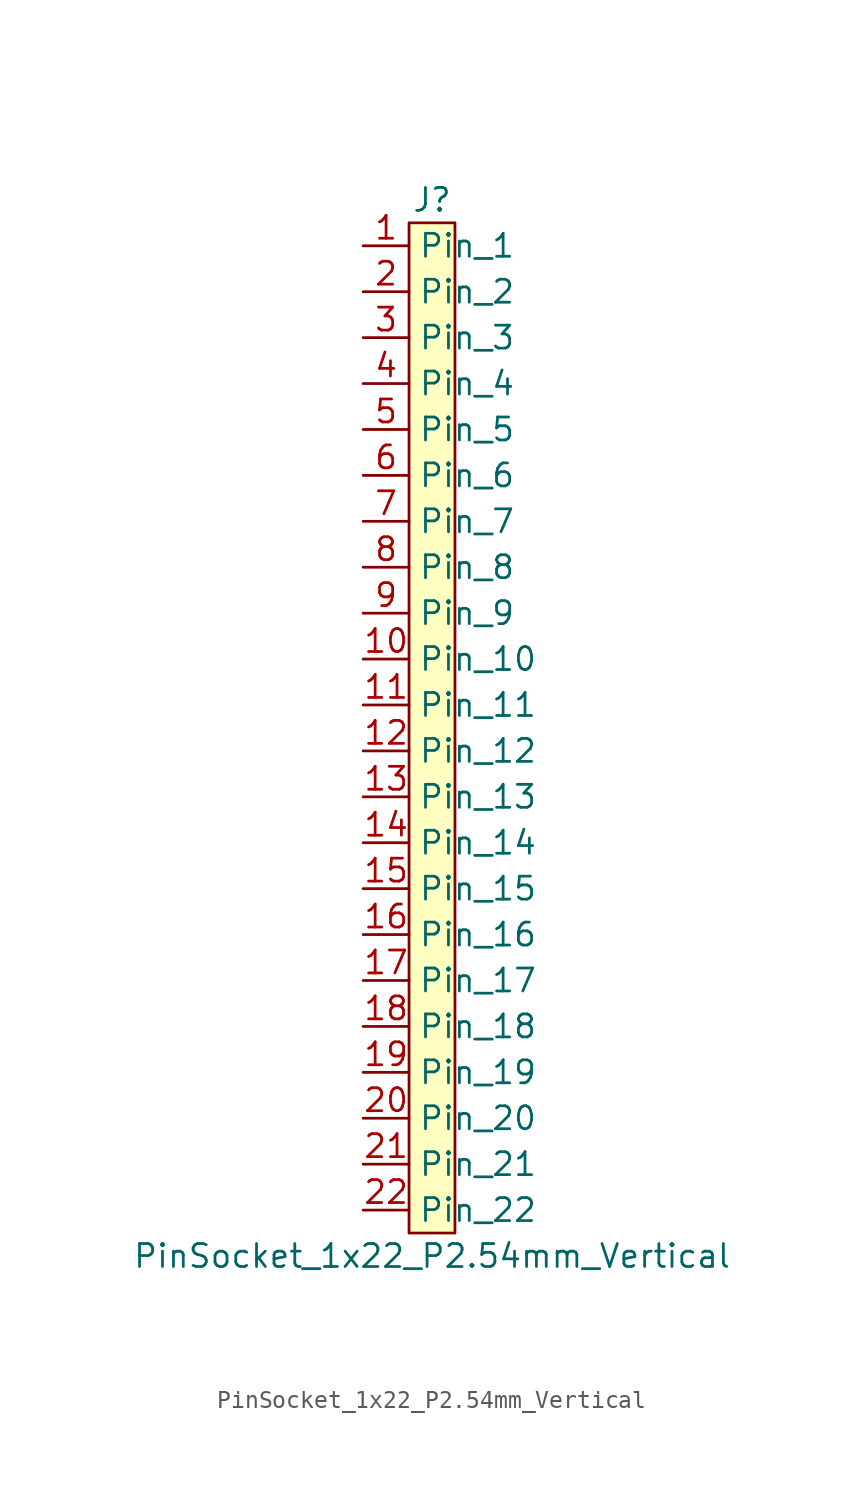
<source format=kicad_sym>
(kicad_symbol_lib
  (version 1)
  (generator "atopile-custom")
  (symbol "PinSocket_1x22_P2.54mm_Vertical"
    (property "Reference" "J"
      (at 1.27 2.54 0)
      (effects (font (size 1.27 1.27)) (hide no)))
    (property "Value" "PinSocket_1x22_P2.54mm_Vertical"
      (at 1.27 -55.88 0)
      (effects (font (size 1.27 1.27)) (hide no)))
    (symbol "PinSocket_1x22_P2.54mm_Vertical_0_1"
      (rectangle (start 0 1.27) (end 2.54 -54.61) (stroke (width 0) (type default)) (fill (type background))))
    (symbol "PinSocket_1x22_P2.54mm_Vertical_1_1"
      (pin passive line (at -2.54 0.00 0) (length 2.54) (name "Pin_1" (effects (font (size 1.27 1.27)))) (number "1" (effects (font (size 1.27 1.27)))))
      (pin passive line (at -2.54 -2.54 0) (length 2.54) (name "Pin_2" (effects (font (size 1.27 1.27)))) (number "2" (effects (font (size 1.27 1.27)))))
      (pin passive line (at -2.54 -5.08 0) (length 2.54) (name "Pin_3" (effects (font (size 1.27 1.27)))) (number "3" (effects (font (size 1.27 1.27)))))
      (pin passive line (at -2.54 -7.62 0) (length 2.54) (name "Pin_4" (effects (font (size 1.27 1.27)))) (number "4" (effects (font (size 1.27 1.27)))))
      (pin passive line (at -2.54 -10.16 0) (length 2.54) (name "Pin_5" (effects (font (size 1.27 1.27)))) (number "5" (effects (font (size 1.27 1.27)))))
      (pin passive line (at -2.54 -12.70 0) (length 2.54) (name "Pin_6" (effects (font (size 1.27 1.27)))) (number "6" (effects (font (size 1.27 1.27)))))
      (pin passive line (at -2.54 -15.24 0) (length 2.54) (name "Pin_7" (effects (font (size 1.27 1.27)))) (number "7" (effects (font (size 1.27 1.27)))))
      (pin passive line (at -2.54 -17.78 0) (length 2.54) (name "Pin_8" (effects (font (size 1.27 1.27)))) (number "8" (effects (font (size 1.27 1.27)))))
      (pin passive line (at -2.54 -20.32 0) (length 2.54) (name "Pin_9" (effects (font (size 1.27 1.27)))) (number "9" (effects (font (size 1.27 1.27)))))
      (pin passive line (at -2.54 -22.86 0) (length 2.54) (name "Pin_10" (effects (font (size 1.27 1.27)))) (number "10" (effects (font (size 1.27 1.27)))))
      (pin passive line (at -2.54 -25.40 0) (length 2.54) (name "Pin_11" (effects (font (size 1.27 1.27)))) (number "11" (effects (font (size 1.27 1.27)))))
      (pin passive line (at -2.54 -27.94 0) (length 2.54) (name "Pin_12" (effects (font (size 1.27 1.27)))) (number "12" (effects (font (size 1.27 1.27)))))
      (pin passive line (at -2.54 -30.48 0) (length 2.54) (name "Pin_13" (effects (font (size 1.27 1.27)))) (number "13" (effects (font (size 1.27 1.27)))))
      (pin passive line (at -2.54 -33.02 0) (length 2.54) (name "Pin_14" (effects (font (size 1.27 1.27)))) (number "14" (effects (font (size 1.27 1.27)))))
      (pin passive line (at -2.54 -35.56 0) (length 2.54) (name "Pin_15" (effects (font (size 1.27 1.27)))) (number "15" (effects (font (size 1.27 1.27)))))
      (pin passive line (at -2.54 -38.10 0) (length 2.54) (name "Pin_16" (effects (font (size 1.27 1.27)))) (number "16" (effects (font (size 1.27 1.27)))))
      (pin passive line (at -2.54 -40.64 0) (length 2.54) (name "Pin_17" (effects (font (size 1.27 1.27)))) (number "17" (effects (font (size 1.27 1.27)))))
      (pin passive line (at -2.54 -43.18 0) (length 2.54) (name "Pin_18" (effects (font (size 1.27 1.27)))) (number "18" (effects (font (size 1.27 1.27)))))
      (pin passive line (at -2.54 -45.72 0) (length 2.54) (name "Pin_19" (effects (font (size 1.27 1.27)))) (number "19" (effects (font (size 1.27 1.27)))))
      (pin passive line (at -2.54 -48.26 0) (length 2.54) (name "Pin_20" (effects (font (size 1.27 1.27)))) (number "20" (effects (font (size 1.27 1.27)))))
      (pin passive line (at -2.54 -50.80 0) (length 2.54) (name "Pin_21" (effects (font (size 1.27 1.27)))) (number "21" (effects (font (size 1.27 1.27)))))
      (pin passive line (at -2.54 -53.34 0) (length 2.54) (name "Pin_22" (effects (font (size 1.27 1.27)))) (number "22" (effects (font (size 1.27 1.27))))))))
</source>
